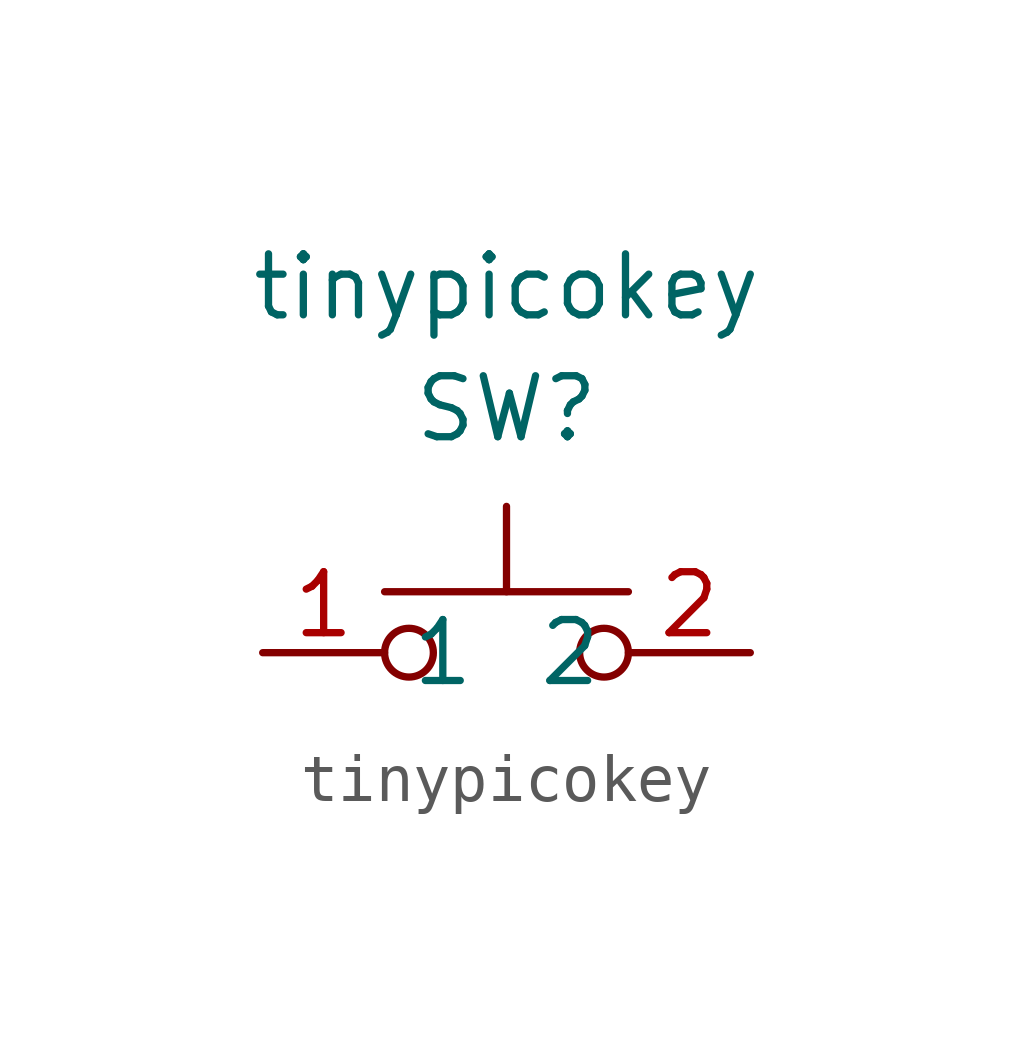
<source format=kicad_sym>
(kicad_symbol_lib
  (version 20211014)
  (generator kicad_symbol_editor)
  (symbol "tinypicokey"
    (property "Reference" "SW"
      (at 0 -2.54 0)
      (effects (font (size 1.27 1.27))))
    (property "Value" "tinypicokey"
      (at 0 0 0)
      (effects (font (size 1.27 1.27))))
    (symbol "tinypicokey_0_1"
      (circle (center -2.032 -7.62) (radius 0.508) (stroke (width 0) (type default) (color 0 0 0 0)) (fill (type none)))
      (polyline (pts (xy 0 -6.35) (xy 0 -4.572)) (stroke (width 0) (type default) (color 0 0 0 0)) (fill (type none)))
      (polyline (pts (xy 2.54 -6.35) (xy -2.54 -6.35)) (stroke (width 0) (type default) (color 0 0 0 0)) (fill (type none)))
      (circle (center 2.032 -7.62) (radius 0.508) (stroke (width 0) (type default) (color 0 0 0 0)) (fill (type none)))
      (pin passive line (at -5.08 -7.62 0) (length 2.54) (name "1" (effects (font (size 1.27 1.27)))) (number "1" (effects (font (size 1.27 1.27)))))
      (pin passive line (at 5.08 -7.62 180) (length 2.54) (name "2" (effects (font (size 1.27 1.27)))) (number "2" (effects (font (size 1.27 1.27))))))))
</source>
